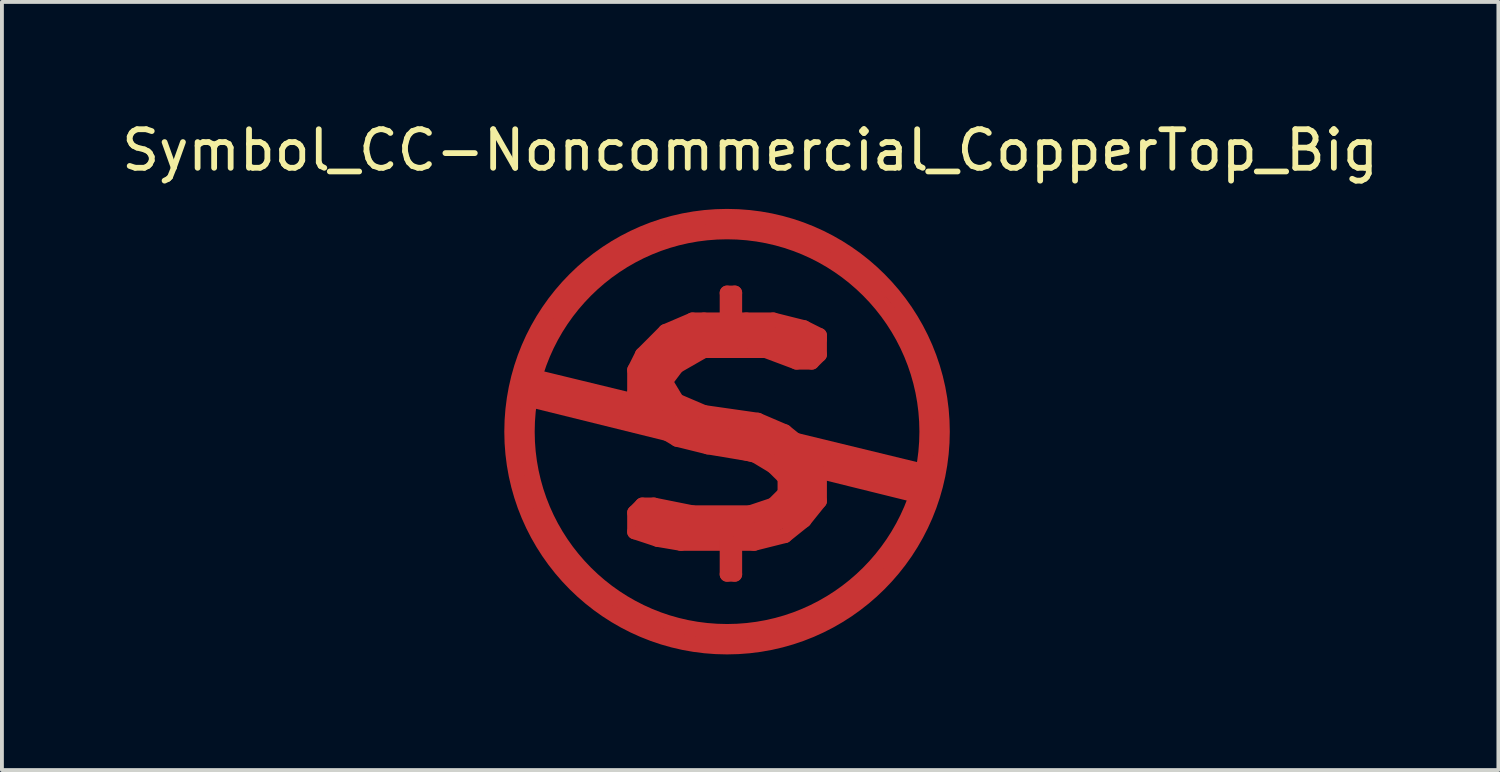
<source format=kicad_pcb>
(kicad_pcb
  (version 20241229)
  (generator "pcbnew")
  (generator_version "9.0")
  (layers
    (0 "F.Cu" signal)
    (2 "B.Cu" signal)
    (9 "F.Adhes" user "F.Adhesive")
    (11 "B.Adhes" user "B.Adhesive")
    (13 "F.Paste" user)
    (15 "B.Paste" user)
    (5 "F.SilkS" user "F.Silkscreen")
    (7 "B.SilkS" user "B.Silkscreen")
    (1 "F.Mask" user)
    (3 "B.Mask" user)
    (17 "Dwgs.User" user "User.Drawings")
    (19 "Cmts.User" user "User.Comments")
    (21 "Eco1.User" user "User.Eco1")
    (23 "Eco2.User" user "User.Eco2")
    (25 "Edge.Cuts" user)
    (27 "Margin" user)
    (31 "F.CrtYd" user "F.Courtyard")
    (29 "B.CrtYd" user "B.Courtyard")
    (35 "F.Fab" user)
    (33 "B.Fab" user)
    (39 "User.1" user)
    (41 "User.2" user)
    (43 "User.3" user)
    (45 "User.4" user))
  (footprint "Symbol_CC-Noncommercial_CopperTop_Big"
    (layer "F.Cu")
    (at 15.811 8.148)
    (property "Reference" "Symbol_CC-Noncommercial_CopperTop_Big" (at 0.599 -7.3 0) (layer "F.SilkS") (effects (font (size 1 1) (thickness 0.15))))
    (attr through_hole)
    (fp_line (start -5.4 -0.899) (end 4.699 1.6) (stroke (width 0.381) (type solid)) (layer "F.Cu"))
    (fp_line (start -5.4 0.099) (end -5.199 1.3) (stroke (width 0.381) (type solid)) (layer "F.Cu"))
    (fp_line (start -5.301 -1.501) (end 5.4 1.1) (stroke (width 0.381) (type solid)) (layer "F.Cu"))
    (fp_line (start -5.301 -1.199) (end -5.4 -0.899) (stroke (width 0.381) (type solid)) (layer "F.Cu"))
    (fp_line (start -5.301 -1.1) (end -5.4 0.099) (stroke (width 0.381) (type solid)) (layer "F.Cu"))
    (fp_line (start -5.199 1.3) (end -4.801 2.4) (stroke (width 0.381) (type solid)) (layer "F.Cu"))
    (fp_line (start -5.001 -2.101) (end -5.301 -1.1) (stroke (width 0.381) (type solid)) (layer "F.Cu"))
    (fp_line (start -4.801 2.4) (end -3.8 3.899) (stroke (width 0.381) (type solid)) (layer "F.Cu"))
    (fp_line (start -4.501 -3) (end -5.001 -2.101) (stroke (width 0.381) (type solid)) (layer "F.Cu"))
    (fp_line (start -4 -3.599) (end -4.501 -3) (stroke (width 0.381) (type solid)) (layer "F.Cu"))
    (fp_line (start -3.8 3.899) (end -2.601 4.801) (stroke (width 0.381) (type solid)) (layer "F.Cu"))
    (fp_line (start -3.299 -4.201) (end -4 -3.599) (stroke (width 0.381) (type solid)) (layer "F.Cu"))
    (fp_line (start -2.7 -4.699) (end -3.299 -4.201) (stroke (width 0.381) (type solid)) (layer "F.Cu"))
    (fp_line (start -2.601 4.801) (end -1.3 5.301) (stroke (width 0.381) (type solid)) (layer "F.Cu"))
    (fp_line (start -2.4 -1.6) (end -2.4 -1.001) (stroke (width 0.381) (type solid)) (layer "F.Cu"))
    (fp_line (start -2.4 -1.001) (end -2.101 -0.599) (stroke (width 0.381) (type solid)) (layer "F.Cu"))
    (fp_line (start -2.4 2.101) (end -2.4 2.601) (stroke (width 0.381) (type solid)) (layer "F.Cu"))
    (fp_line (start -2.4 2.601) (end -1.801 2.799) (stroke (width 0.381) (type solid)) (layer "F.Cu"))
    (fp_line (start -2.2 -1.999) (end -2.4 -1.6) (stroke (width 0.381) (type solid)) (layer "F.Cu"))
    (fp_line (start -2.2 -1.199) (end -1.9 -0.701) (stroke (width 0.381) (type solid)) (layer "F.Cu"))
    (fp_line (start -2.2 1.9) (end -2.4 2.101) (stroke (width 0.381) (type solid)) (layer "F.Cu"))
    (fp_line (start -2.2 2.2) (end -2.2 2.4) (stroke (width 0.381) (type solid)) (layer "F.Cu"))
    (fp_line (start -2.2 2.4) (end -1.1 2.601) (stroke (width 0.381) (type solid)) (layer "F.Cu"))
    (fp_line (start -2.101 -0.599) (end -1.801 -0.099) (stroke (width 0.381) (type solid)) (layer "F.Cu"))
    (fp_line (start -1.999 -4.9) (end -2.7 -4.699) (stroke (width 0.381) (type solid)) (layer "F.Cu"))
    (fp_line (start -1.9 -1.999) (end -2.2 -1.199) (stroke (width 0.381) (type solid)) (layer "F.Cu"))
    (fp_line (start -1.9 -1.199) (end -1.6 -1.801) (stroke (width 0.381) (type solid)) (layer "F.Cu"))
    (fp_line (start -1.9 -0.701) (end -1.3 -0.099) (stroke (width 0.381) (type solid)) (layer "F.Cu"))
    (fp_line (start -1.9 1.9) (end -2.2 1.9) (stroke (width 0.381) (type solid)) (layer "F.Cu"))
    (fp_line (start -1.801 -0.099) (end -1.3 0.201) (stroke (width 0.381) (type solid)) (layer "F.Cu"))
    (fp_line (start -1.801 2.799) (end -1.199 2.901) (stroke (width 0.381) (type solid)) (layer "F.Cu"))
    (fp_line (start -1.6 -2.601) (end -2.2 -1.999) (stroke (width 0.381) (type solid)) (layer "F.Cu"))
    (fp_line (start -1.6 -1.801) (end -0.899 -2.301) (stroke (width 0.381) (type solid)) (layer "F.Cu"))
    (fp_line (start -1.6 -1.3) (end -1.3 -1.699) (stroke (width 0.381) (type solid)) (layer "F.Cu"))
    (fp_line (start -1.6 2.2) (end -2.2 2.2) (stroke (width 0.381) (type solid)) (layer "F.Cu"))
    (fp_line (start -1.4 -0.5) (end -1.9 -1.199) (stroke (width 0.381) (type solid)) (layer "F.Cu"))
    (fp_line (start -1.3 -5.1) (end -1.999 -4.9) (stroke (width 0.381) (type solid)) (layer "F.Cu"))
    (fp_line (start -1.3 -1.699) (end -0.599 -2.101) (stroke (width 0.381) (type solid)) (layer "F.Cu"))
    (fp_line (start -1.3 -0.8) (end -1.6 -1.3) (stroke (width 0.381) (type solid)) (layer "F.Cu"))
    (fp_line (start -1.3 -0.099) (end 0 0.3) (stroke (width 0.381) (type solid)) (layer "F.Cu"))
    (fp_line (start -1.3 0.201) (end -0.5 0.399) (stroke (width 0.381) (type solid)) (layer "F.Cu"))
    (fp_line (start -1.3 5.301) (end 0.099 5.301) (stroke (width 0.381) (type solid)) (layer "F.Cu"))
    (fp_line (start -1.199 2.901) (end 0.701 2.901) (stroke (width 0.381) (type solid)) (layer "F.Cu"))
    (fp_line (start -1.1 -2.601) (end -1.9 -1.999) (stroke (width 0.381) (type solid)) (layer "F.Cu"))
    (fp_line (start -1.1 2.601) (end -0.099 2.601) (stroke (width 0.381) (type solid)) (layer "F.Cu"))
    (fp_line (start -0.899 -2.901) (end -1.6 -2.601) (stroke (width 0.381) (type solid)) (layer "F.Cu"))
    (fp_line (start -0.899 -2.301) (end -0.099 -2.4) (stroke (width 0.381) (type solid)) (layer "F.Cu"))
    (fp_line (start -0.899 2.101) (end -1.9 1.9) (stroke (width 0.381) (type solid)) (layer "F.Cu"))
    (fp_line (start -0.599 -2.901) (end -0.899 -2.901) (stroke (width 0.381) (type solid)) (layer "F.Cu"))
    (fp_line (start -0.599 -2.101) (end 1.001 -2.101) (stroke (width 0.381) (type solid)) (layer "F.Cu"))
    (fp_line (start -0.599 -0.5) (end -1.3 -0.8) (stroke (width 0.381) (type solid)) (layer "F.Cu"))
    (fp_line (start -0.5 -5.4) (end -1.3 -5.1) (stroke (width 0.381) (type solid)) (layer "F.Cu"))
    (fp_line (start -0.5 0.399) (end 0.701 0.599) (stroke (width 0.381) (type solid)) (layer "F.Cu"))
    (fp_line (start -0.399 -0.099) (end -1.4 -0.5) (stroke (width 0.381) (type solid)) (layer "F.Cu"))
    (fp_line (start -0.3 2.301) (end -1.6 2.2) (stroke (width 0.381) (type solid)) (layer "F.Cu"))
    (fp_line (start -0.201 -0.201) (end -0.399 -0.099) (stroke (width 0.381) (type solid)) (layer "F.Cu"))
    (fp_line (start -0.099 -2.4) (end 1.001 -2.301) (stroke (width 0.381) (type solid)) (layer "F.Cu"))
    (fp_line (start -0.099 2.601) (end 0.899 2.601) (stroke (width 0.381) (type solid)) (layer "F.Cu"))
    (fp_line (start 0 -5.4) (end -0.5 -5.4) (stroke (width 0.381) (type solid)) (layer "F.Cu"))
    (fp_line (start 0 -3.599) (end 0.201 -3.599) (stroke (width 0.381) (type solid)) (layer "F.Cu"))
    (fp_line (start 0 -3) (end 0 -3.599) (stroke (width 0.381) (type solid)) (layer "F.Cu"))
    (fp_line (start 0 0.3) (end 1.199 0.599) (stroke (width 0.381) (type solid)) (layer "F.Cu"))
    (fp_line (start 0 2.799) (end 0 3.701) (stroke (width 0.381) (type solid)) (layer "F.Cu"))
    (fp_line (start 0 3.701) (end 0.201 3.701) (stroke (width 0.381) (type solid)) (layer "F.Cu"))
    (fp_line (start 0.099 5.301) (end 1.6 5.199) (stroke (width 0.381) (type solid)) (layer "F.Cu"))
    (fp_line (start 0.201 -3.599) (end 0.201 -3) (stroke (width 0.381) (type solid)) (layer "F.Cu"))
    (fp_line (start 0.201 -0.201) (end 0.201 0.099) (stroke (width 0.381) (type solid)) (layer "F.Cu"))
    (fp_line (start 0.201 0.099) (end -0.201 -0.201) (stroke (width 0.381) (type solid)) (layer "F.Cu"))
    (fp_line (start 0.201 3.701) (end 0.201 3) (stroke (width 0.381) (type solid)) (layer "F.Cu"))
    (fp_line (start 0.5 -2.901) (end -0.599 -2.901) (stroke (width 0.381) (type solid)) (layer "F.Cu"))
    (fp_line (start 0.5 0) (end 0.5 0.201) (stroke (width 0.381) (type solid)) (layer "F.Cu"))
    (fp_line (start 0.5 0.201) (end 0.899 0.399) (stroke (width 0.381) (type solid)) (layer "F.Cu"))
    (fp_line (start 0.599 2.101) (end -0.899 2.101) (stroke (width 0.381) (type solid)) (layer "F.Cu"))
    (fp_line (start 0.701 0.599) (end 1.199 0.899) (stroke (width 0.381) (type solid)) (layer "F.Cu"))
    (fp_line (start 0.701 2.901) (end 1.501 2.7) (stroke (width 0.381) (type solid)) (layer "F.Cu"))
    (fp_line (start 0.8 -2.601) (end -1.1 -2.601) (stroke (width 0.381) (type solid)) (layer "F.Cu"))
    (fp_line (start 0.8 -0.3) (end -0.599 -0.5) (stroke (width 0.381) (type solid)) (layer "F.Cu"))
    (fp_line (start 0.899 0.399) (end 0.201 -0.201) (stroke (width 0.381) (type solid)) (layer "F.Cu"))
    (fp_line (start 0.899 2.301) (end -0.3 2.301) (stroke (width 0.381) (type solid)) (layer "F.Cu"))
    (fp_line (start 0.899 2.601) (end 1.801 2.101) (stroke (width 0.381) (type solid)) (layer "F.Cu"))
    (fp_line (start 1.001 -2.301) (end 2.101 -2.101) (stroke (width 0.381) (type solid)) (layer "F.Cu"))
    (fp_line (start 1.001 -2.101) (end 1.801 -1.801) (stroke (width 0.381) (type solid)) (layer "F.Cu"))
    (fp_line (start 1.199 -2.901) (end 0.5 -2.901) (stroke (width 0.381) (type solid)) (layer "F.Cu"))
    (fp_line (start 1.199 0.599) (end 1.699 1.1) (stroke (width 0.381) (type solid)) (layer "F.Cu"))
    (fp_line (start 1.199 0.899) (end 1.501 1.199) (stroke (width 0.381) (type solid)) (layer "F.Cu"))
    (fp_line (start 1.199 1.9) (end 0.599 2.101) (stroke (width 0.381) (type solid)) (layer "F.Cu"))
    (fp_line (start 1.4 -5.199) (end 0 -5.301) (stroke (width 0.381) (type solid)) (layer "F.Cu"))
    (fp_line (start 1.4 0.3) (end 0.5 0) (stroke (width 0.381) (type solid)) (layer "F.Cu"))
    (fp_line (start 1.501 0) (end 0.8 -0.3) (stroke (width 0.381) (type solid)) (layer "F.Cu"))
    (fp_line (start 1.501 1.199) (end 1.501 1.6) (stroke (width 0.381) (type solid)) (layer "F.Cu"))
    (fp_line (start 1.501 1.6) (end 1.199 1.9) (stroke (width 0.381) (type solid)) (layer "F.Cu"))
    (fp_line (start 1.501 2.7) (end 1.999 2.301) (stroke (width 0.381) (type solid)) (layer "F.Cu"))
    (fp_line (start 1.6 1.9) (end 0.899 2.301) (stroke (width 0.381) (type solid)) (layer "F.Cu"))
    (fp_line (start 1.6 5.199) (end 2.601 4.699) (stroke (width 0.381) (type solid)) (layer "F.Cu"))
    (fp_line (start 1.699 1.1) (end 1.6 1.9) (stroke (width 0.381) (type solid)) (layer "F.Cu"))
    (fp_line (start 1.801 -1.801) (end 2.2 -1.801) (stroke (width 0.381) (type solid)) (layer "F.Cu"))
    (fp_line (start 1.801 2.101) (end 2.101 1.6) (stroke (width 0.381) (type solid)) (layer "F.Cu"))
    (fp_line (start 1.9 -2.4) (end 0.8 -2.601) (stroke (width 0.381) (type solid)) (layer "F.Cu"))
    (fp_line (start 1.9 1.199) (end 1.999 0.899) (stroke (width 0.381) (type solid)) (layer "F.Cu"))
    (fp_line (start 1.9 1.6) (end 2.2 1.199) (stroke (width 0.381) (type solid)) (layer "F.Cu"))
    (fp_line (start 1.999 -2.7) (end 1.199 -2.901) (stroke (width 0.381) (type solid)) (layer "F.Cu"))
    (fp_line (start 1.999 0.399) (end 1.501 0) (stroke (width 0.381) (type solid)) (layer "F.Cu"))
    (fp_line (start 1.999 0.899) (end 1.4 0.3) (stroke (width 0.381) (type solid)) (layer "F.Cu"))
    (fp_line (start 1.999 2.301) (end 2.4 1.801) (stroke (width 0.381) (type solid)) (layer "F.Cu"))
    (fp_line (start 2.101 1.6) (end 1.9 1.6) (stroke (width 0.381) (type solid)) (layer "F.Cu"))
    (fp_line (start 2.2 -1.801) (end 2.4 -1.999) (stroke (width 0.381) (type solid)) (layer "F.Cu"))
    (fp_line (start 2.2 1.199) (end 1.9 1.199) (stroke (width 0.381) (type solid)) (layer "F.Cu"))
    (fp_line (start 2.301 -2.4) (end 2.4 -2.499) (stroke (width 0.381) (type solid)) (layer "F.Cu"))
    (fp_line (start 2.4 -4.801) (end 1.4 -5.199) (stroke (width 0.381) (type solid)) (layer "F.Cu"))
    (fp_line (start 2.4 -2.499) (end 1.999 -2.7) (stroke (width 0.381) (type solid)) (layer "F.Cu"))
    (fp_line (start 2.4 -2.4) (end 1.9 -2.4) (stroke (width 0.381) (type solid)) (layer "F.Cu"))
    (fp_line (start 2.4 -1.999) (end 2.4 -2.4) (stroke (width 0.381) (type solid)) (layer "F.Cu"))
    (fp_line (start 2.4 1.001) (end 1.999 0.399) (stroke (width 0.381) (type solid)) (layer "F.Cu"))
    (fp_line (start 2.4 1.801) (end 2.4 1.001) (stroke (width 0.381) (type solid)) (layer "F.Cu"))
    (fp_line (start 2.601 4.699) (end 4.201 3.401) (stroke (width 0.381) (type solid)) (layer "F.Cu"))
    (fp_line (start 3.401 -4.1) (end 2.4 -4.801) (stroke (width 0.381) (type solid)) (layer "F.Cu"))
    (fp_line (start 4.201 3.401) (end 5.001 1.801) (stroke (width 0.381) (type solid)) (layer "F.Cu"))
    (fp_line (start 4.699 -2.499) (end 3.401 -4.1) (stroke (width 0.381) (type solid)) (layer "F.Cu"))
    (fp_line (start 5.001 1.801) (end 5.4 0.3) (stroke (width 0.381) (type solid)) (layer "F.Cu"))
    (fp_line (start 5.199 -1.4) (end 4.699 -2.499) (stroke (width 0.381) (type solid)) (layer "F.Cu"))
    (fp_line (start 5.301 1.4) (end -5.301 -1.199) (stroke (width 0.381) (type solid)) (layer "F.Cu"))
    (fp_line (start 5.4 0.3) (end 5.199 -1.4) (stroke (width 0.381) (type solid)) (layer "F.Cu"))
    (fp_line (start 5.4 1.1) (end 5.301 1.4) (stroke (width 0.381) (type solid)) (layer "F.Cu"))
    (fp_circle (center 0 0) (end 5.08 1.016) (stroke (width 0.381) (type solid)) (fill no) (layer "F.Cu"))
    (fp_circle (center 0 0) (end 5.588 0) (stroke (width 0.381) (type solid)) (fill no) (layer "F.Cu")))
  (gr_rect
    (start -3 -3)
    (end 35.821 16.927)
    (stroke (width 0.1) (type default))
    (fill no)
    (layer "Edge.Cuts")))
</source>
